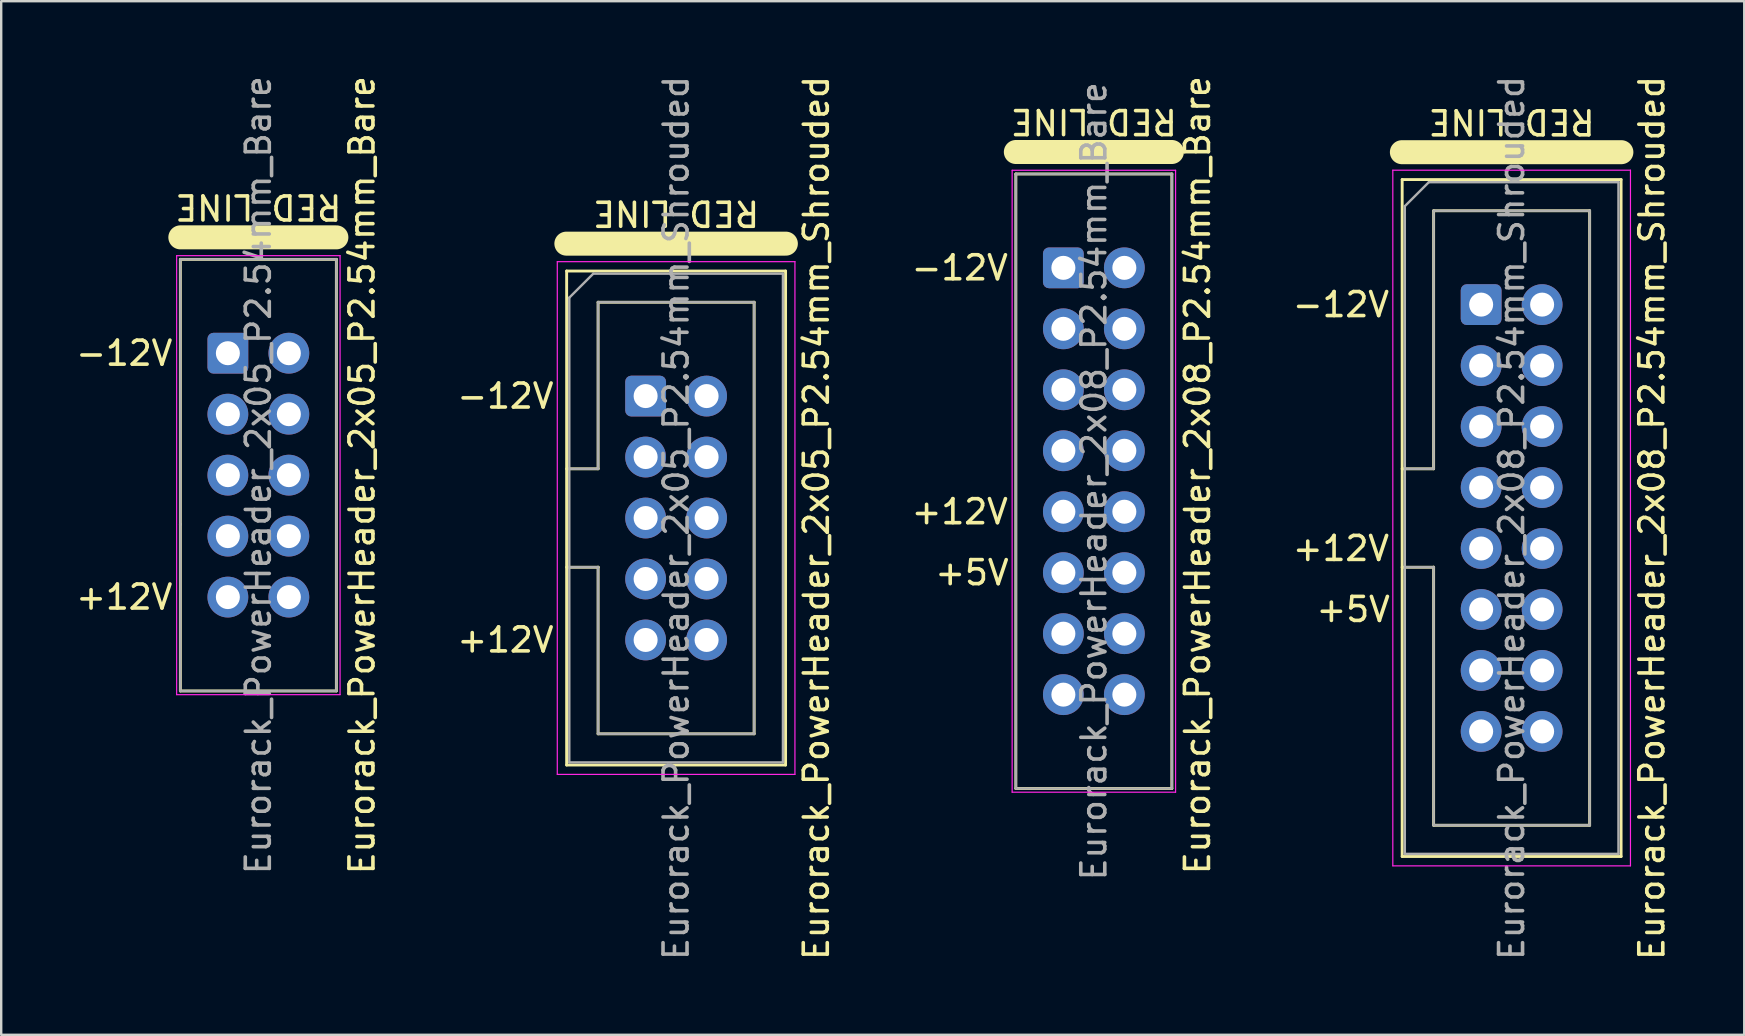
<source format=kicad_pcb>
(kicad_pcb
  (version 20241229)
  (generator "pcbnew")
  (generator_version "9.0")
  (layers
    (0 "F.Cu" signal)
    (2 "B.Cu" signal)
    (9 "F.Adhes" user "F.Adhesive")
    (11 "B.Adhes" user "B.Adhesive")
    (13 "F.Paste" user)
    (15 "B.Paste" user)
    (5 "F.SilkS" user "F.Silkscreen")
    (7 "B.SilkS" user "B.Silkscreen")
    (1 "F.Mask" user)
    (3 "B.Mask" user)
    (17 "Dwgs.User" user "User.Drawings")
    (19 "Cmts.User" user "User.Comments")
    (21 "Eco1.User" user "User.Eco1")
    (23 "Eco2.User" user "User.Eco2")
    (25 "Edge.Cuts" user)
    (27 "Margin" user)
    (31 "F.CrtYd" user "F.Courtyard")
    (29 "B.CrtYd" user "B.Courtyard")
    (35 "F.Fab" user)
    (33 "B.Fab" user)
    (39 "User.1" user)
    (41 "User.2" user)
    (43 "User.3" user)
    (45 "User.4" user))
  (footprint "Eurorack_PowerHeader_2x05_P2.54mm_Bare"
    (layer "F.Cu")
    (at 6.443 11.664)
    (property "Reference" "Eurorack_PowerHeader_2x05_P2.54mm_Bare" (at 5.588 5.08 270) (layer "F.SilkS") (effects (font (size 1 1) (thickness 0.15))))
    (attr through_hole)
    (fp_line (start -1.98 -4.826) (end 4.52 -4.826) (stroke (width 1) (type solid)) (layer "F.SilkS"))
    (fp_line (start -1.98 -3.91) (end 4.52 -3.91) (stroke (width 0.12) (type solid)) (layer "F.SilkS"))
    (fp_line (start -1.98 7.13) (end -1.98 7.13) (stroke (width 0.12) (type solid)) (layer "F.SilkS"))
    (fp_line (start -1.98 14.07) (end -1.98 -3.91) (stroke (width 0.12) (type solid)) (layer "F.SilkS"))
    (fp_line (start 4.52 -3.91) (end 4.52 14.07) (stroke (width 0.12) (type solid)) (layer "F.SilkS"))
    (fp_line (start 4.52 14.07) (end -1.98 14.07) (stroke (width 0.12) (type solid)) (layer "F.SilkS"))
    (fp_line (start -2.134 -4.064) (end -2.134 14.224) (stroke (width 0.05) (type solid)) (layer "F.CrtYd"))
    (fp_line (start -2.134 14.224) (end 4.674 14.224) (stroke (width 0.05) (type solid)) (layer "F.CrtYd"))
    (fp_line (start 4.674 -4.064) (end -2.134 -4.064) (stroke (width 0.05) (type solid)) (layer "F.CrtYd"))
    (fp_line (start 4.674 14.224) (end 4.674 -4.064) (stroke (width 0.05) (type solid)) (layer "F.CrtYd"))
    (fp_line (start -1.98 -3.91) (end 4.52 -3.91) (stroke (width 0.1) (type solid)) (layer "F.Fab"))
    (fp_line (start -1.98 7.13) (end -1.98 7.13) (stroke (width 0.1) (type solid)) (layer "F.Fab"))
    (fp_line (start -1.98 14.07) (end -1.98 -3.91) (stroke (width 0.1) (type solid)) (layer "F.Fab"))
    (fp_line (start 4.52 -3.91) (end 4.52 14.07) (stroke (width 0.1) (type solid)) (layer "F.Fab"))
    (fp_line (start 4.52 14.07) (end -1.98 14.07) (stroke (width 0.1) (type solid)) (layer "F.Fab"))
    (fp_text user "RED LINE" (at 1.27 -6.096 180) (unlocked yes) (layer "F.SilkS") (effects (font (size 1 1) (thickness 0.15))))
    (fp_text user "+12V" (at -4.318 10.16 0) (unlocked yes) (layer "F.SilkS") (effects (font (size 1 1) (thickness 0.15))))
    (fp_text user "-12V" (at -4.318 0 0) (unlocked yes) (layer "F.SilkS") (effects (font (size 1 1) (thickness 0.15))))
    (fp_text user "${REFERENCE}" (at 1.27 5.08 90) (layer "F.Fab") (effects (font (size 1 1) (thickness 0.15))))
    (pad "1" thru_hole roundrect (at 0 0) (size 1.7 1.7) (drill 1) (layers "*.Cu" "*.Mask") (roundrect_rratio 0.147))
    (pad "2" thru_hole circle (at 2.54 0) (size 1.7 1.7) (drill 1) (layers "*.Cu" "*.Mask"))
    (pad "3" thru_hole circle (at 0 2.54) (size 1.7 1.7) (drill 1) (layers "*.Cu" "*.Mask"))
    (pad "4" thru_hole circle (at 2.54 2.54) (size 1.7 1.7) (drill 1) (layers "*.Cu" "*.Mask"))
    (pad "5" thru_hole circle (at 0 5.08) (size 1.7 1.7) (drill 1) (layers "*.Cu" "*.Mask"))
    (pad "6" thru_hole circle (at 2.54 5.08) (size 1.7 1.7) (drill 1) (layers "*.Cu" "*.Mask"))
    (pad "7" thru_hole circle (at 0 7.62) (size 1.7 1.7) (drill 1) (layers "*.Cu" "*.Mask"))
    (pad "8" thru_hole circle (at 2.54 7.62) (size 1.7 1.7) (drill 1) (layers "*.Cu" "*.Mask"))
    (pad "9" thru_hole circle (at 0 10.16) (size 1.7 1.7) (drill 1) (layers "*.Cu" "*.Mask"))
    (pad "10" thru_hole circle (at 2.54 10.16) (size 1.7 1.7) (drill 1) (layers "*.Cu" "*.Mask")))
  (footprint "Eurorack_PowerHeader_2x05_P2.54mm_Shrouded"
    (layer "F.Cu")
    (at 23.846 13.45)
    (property "Reference" "Eurorack_PowerHeader_2x05_P2.54mm_Shrouded" (at 7.112 5.08 270) (layer "F.SilkS") (effects (font (size 1 1) (thickness 0.15))))
    (attr through_hole)
    (fp_line (start -3.302 -6.35) (end 5.842 -6.35) (stroke (width 1) (type solid)) (layer "F.SilkS"))
    (fp_line (start -3.29 -5.21) (end 5.83 -5.21) (stroke (width 0.12) (type solid)) (layer "F.SilkS"))
    (fp_line (start -3.29 3.03) (end -1.98 3.03) (stroke (width 0.12) (type solid)) (layer "F.SilkS"))
    (fp_line (start -3.29 15.37) (end -3.29 -5.21) (stroke (width 0.12) (type solid)) (layer "F.SilkS"))
    (fp_line (start -1.98 -3.91) (end 4.52 -3.91) (stroke (width 0.12) (type solid)) (layer "F.SilkS"))
    (fp_line (start -1.98 3.03) (end -1.98 -3.91) (stroke (width 0.12) (type solid)) (layer "F.SilkS"))
    (fp_line (start -1.98 7.13) (end -3.29 7.13) (stroke (width 0.12) (type solid)) (layer "F.SilkS"))
    (fp_line (start -1.98 7.13) (end -1.98 7.13) (stroke (width 0.12) (type solid)) (layer "F.SilkS"))
    (fp_line (start -1.98 14.07) (end -1.98 7.13) (stroke (width 0.12) (type solid)) (layer "F.SilkS"))
    (fp_line (start 4.52 -3.91) (end 4.52 14.07) (stroke (width 0.12) (type solid)) (layer "F.SilkS"))
    (fp_line (start 4.52 14.07) (end -1.98 14.07) (stroke (width 0.12) (type solid)) (layer "F.SilkS"))
    (fp_line (start 5.83 -5.21) (end 5.83 15.37) (stroke (width 0.12) (type solid)) (layer "F.SilkS"))
    (fp_line (start 5.83 15.37) (end -3.29 15.37) (stroke (width 0.12) (type solid)) (layer "F.SilkS"))
    (fp_line (start -3.68 -5.6) (end -3.68 15.76) (stroke (width 0.05) (type solid)) (layer "F.CrtYd"))
    (fp_line (start -3.68 15.76) (end 6.22 15.76) (stroke (width 0.05) (type solid)) (layer "F.CrtYd"))
    (fp_line (start 6.22 -5.6) (end -3.68 -5.6) (stroke (width 0.05) (type solid)) (layer "F.CrtYd"))
    (fp_line (start 6.22 15.76) (end 6.22 -5.6) (stroke (width 0.05) (type solid)) (layer "F.CrtYd"))
    (fp_line (start -3.18 -4.1) (end -2.18 -5.1) (stroke (width 0.1) (type solid)) (layer "F.Fab"))
    (fp_line (start -3.18 3.03) (end -1.98 3.03) (stroke (width 0.1) (type solid)) (layer "F.Fab"))
    (fp_line (start -3.18 15.26) (end -3.18 -4.1) (stroke (width 0.1) (type solid)) (layer "F.Fab"))
    (fp_line (start -2.18 -5.1) (end 5.72 -5.1) (stroke (width 0.1) (type solid)) (layer "F.Fab"))
    (fp_line (start -1.98 -3.91) (end 4.52 -3.91) (stroke (width 0.1) (type solid)) (layer "F.Fab"))
    (fp_line (start -1.98 3.03) (end -1.98 -3.91) (stroke (width 0.1) (type solid)) (layer "F.Fab"))
    (fp_line (start -1.98 7.13) (end -3.18 7.13) (stroke (width 0.1) (type solid)) (layer "F.Fab"))
    (fp_line (start -1.98 7.13) (end -1.98 7.13) (stroke (width 0.1) (type solid)) (layer "F.Fab"))
    (fp_line (start -1.98 14.07) (end -1.98 7.13) (stroke (width 0.1) (type solid)) (layer "F.Fab"))
    (fp_line (start 4.52 -3.91) (end 4.52 14.07) (stroke (width 0.1) (type solid)) (layer "F.Fab"))
    (fp_line (start 4.52 14.07) (end -1.98 14.07) (stroke (width 0.1) (type solid)) (layer "F.Fab"))
    (fp_line (start 5.72 -5.1) (end 5.72 15.26) (stroke (width 0.1) (type solid)) (layer "F.Fab"))
    (fp_line (start 5.72 15.26) (end -3.18 15.26) (stroke (width 0.1) (type solid)) (layer "F.Fab"))
    (fp_text user "+12V" (at -5.842 10.16 0) (unlocked yes) (layer "F.SilkS") (effects (font (size 1 1) (thickness 0.15))))
    (fp_text user "RED LINE" (at 1.27 -7.62 180) (unlocked yes) (layer "F.SilkS") (effects (font (size 1 1) (thickness 0.15))))
    (fp_text user "-12V" (at -5.842 0 0) (unlocked yes) (layer "F.SilkS") (effects (font (size 1 1) (thickness 0.15))))
    (fp_text user "${REFERENCE}" (at 1.27 5.08 90) (layer "F.Fab") (effects (font (size 1 1) (thickness 0.15))))
    (pad "1" thru_hole roundrect (at 0 0) (size 1.7 1.7) (drill 1) (layers "*.Cu" "*.Mask") (roundrect_rratio 0.147))
    (pad "2" thru_hole circle (at 2.54 0) (size 1.7 1.7) (drill 1) (layers "*.Cu" "*.Mask"))
    (pad "3" thru_hole circle (at 0 2.54) (size 1.7 1.7) (drill 1) (layers "*.Cu" "*.Mask"))
    (pad "4" thru_hole circle (at 2.54 2.54) (size 1.7 1.7) (drill 1) (layers "*.Cu" "*.Mask"))
    (pad "5" thru_hole circle (at 0 5.08) (size 1.7 1.7) (drill 1) (layers "*.Cu" "*.Mask"))
    (pad "6" thru_hole circle (at 2.54 5.08) (size 1.7 1.7) (drill 1) (layers "*.Cu" "*.Mask"))
    (pad "7" thru_hole circle (at 0 7.62) (size 1.7 1.7) (drill 1) (layers "*.Cu" "*.Mask"))
    (pad "8" thru_hole circle (at 2.54 7.62) (size 1.7 1.7) (drill 1) (layers "*.Cu" "*.Mask"))
    (pad "9" thru_hole circle (at 0 10.16) (size 1.7 1.7) (drill 1) (layers "*.Cu" "*.Mask"))
    (pad "10" thru_hole circle (at 2.54 10.16) (size 1.7 1.7) (drill 1) (layers "*.Cu" "*.Mask")))
  (footprint "Eurorack_PowerHeader_2x08_P2.54mm_Bare"
    (layer "F.Cu")
    (at 41.249 8.108)
    (property "Reference" "Eurorack_PowerHeader_2x08_P2.54mm_Bare" (at 5.588 8.636 90) (layer "F.SilkS") (effects (font (size 1 1) (thickness 0.15))))
    (attr through_hole)
    (fp_line (start -1.98 -4.826) (end 4.52 -4.826) (stroke (width 1) (type solid)) (layer "F.SilkS"))
    (fp_line (start -1.98 -3.91) (end 4.52 -3.91) (stroke (width 0.12) (type solid)) (layer "F.SilkS"))
    (fp_line (start -1.98 21.69) (end -1.98 -3.91) (stroke (width 0.12) (type solid)) (layer "F.SilkS"))
    (fp_line (start 4.52 -3.91) (end 4.52 21.69) (stroke (width 0.12) (type solid)) (layer "F.SilkS"))
    (fp_line (start 4.52 21.69) (end -1.98 21.69) (stroke (width 0.12) (type solid)) (layer "F.SilkS"))
    (fp_line (start -2.134 -4.064) (end -2.134 21.844) (stroke (width 0.05) (type solid)) (layer "F.CrtYd"))
    (fp_line (start -2.134 21.844) (end 4.674 21.844) (stroke (width 0.05) (type solid)) (layer "F.CrtYd"))
    (fp_line (start 4.674 -4.064) (end -2.134 -4.064) (stroke (width 0.05) (type solid)) (layer "F.CrtYd"))
    (fp_line (start 4.674 21.844) (end 4.674 -4.064) (stroke (width 0.05) (type solid)) (layer "F.CrtYd"))
    (fp_line (start -1.98 -3.91) (end 4.52 -3.91) (stroke (width 0.1) (type solid)) (layer "F.Fab"))
    (fp_line (start -1.98 21.69) (end -1.98 -3.91) (stroke (width 0.1) (type solid)) (layer "F.Fab"))
    (fp_line (start 4.52 -3.91) (end 4.52 21.69) (stroke (width 0.1) (type solid)) (layer "F.Fab"))
    (fp_line (start 4.52 21.69) (end -1.98 21.69) (stroke (width 0.1) (type solid)) (layer "F.Fab"))
    (fp_text user "+12V" (at -4.318 10.16 0) (unlocked yes) (layer "F.SilkS") (effects (font (size 1 1) (thickness 0.15))))
    (fp_text user "RED LINE" (at 1.27 -6.096 180) (unlocked yes) (layer "F.SilkS") (effects (font (size 1 1) (thickness 0.15))))
    (fp_text user "+5V" (at -3.81 12.7 0) (unlocked yes) (layer "F.SilkS") (effects (font (size 1 1) (thickness 0.15))))
    (fp_text user "-12V" (at -4.318 0 0) (unlocked yes) (layer "F.SilkS") (effects (font (size 1 1) (thickness 0.15))))
    (fp_text user "${REFERENCE}" (at 1.27 8.89 90) (layer "F.Fab") (effects (font (size 1 1) (thickness 0.15))))
    (pad "1" thru_hole roundrect (at 0 0) (size 1.7 1.7) (drill 1) (layers "*.Cu" "*.Mask") (roundrect_rratio 0.147))
    (pad "2" thru_hole circle (at 2.54 0) (size 1.7 1.7) (drill 1) (layers "*.Cu" "*.Mask"))
    (pad "3" thru_hole circle (at 0 2.54) (size 1.7 1.7) (drill 1) (layers "*.Cu" "*.Mask"))
    (pad "4" thru_hole circle (at 2.54 2.54) (size 1.7 1.7) (drill 1) (layers "*.Cu" "*.Mask"))
    (pad "5" thru_hole circle (at 0 5.08) (size 1.7 1.7) (drill 1) (layers "*.Cu" "*.Mask"))
    (pad "6" thru_hole circle (at 2.54 5.08) (size 1.7 1.7) (drill 1) (layers "*.Cu" "*.Mask"))
    (pad "7" thru_hole circle (at 0 7.62) (size 1.7 1.7) (drill 1) (layers "*.Cu" "*.Mask"))
    (pad "8" thru_hole circle (at 2.54 7.62) (size 1.7 1.7) (drill 1) (layers "*.Cu" "*.Mask"))
    (pad "9" thru_hole circle (at 0 10.16) (size 1.7 1.7) (drill 1) (layers "*.Cu" "*.Mask"))
    (pad "10" thru_hole circle (at 2.54 10.16) (size 1.7 1.7) (drill 1) (layers "*.Cu" "*.Mask"))
    (pad "11" thru_hole circle (at 0 12.7) (size 1.7 1.7) (drill 1) (layers "*.Cu" "*.Mask"))
    (pad "12" thru_hole circle (at 2.54 12.7) (size 1.7 1.7) (drill 1) (layers "*.Cu" "*.Mask"))
    (pad "13" thru_hole circle (at 0 15.24) (size 1.7 1.7) (drill 1) (layers "*.Cu" "*.Mask"))
    (pad "14" thru_hole circle (at 2.54 15.24) (size 1.7 1.7) (drill 1) (layers "*.Cu" "*.Mask"))
    (pad "15" thru_hole circle (at 0 17.78) (size 1.7 1.7) (drill 1) (layers "*.Cu" "*.Mask"))
    (pad "16" thru_hole circle (at 2.54 17.78) (size 1.7 1.7) (drill 1) (layers "*.Cu" "*.Mask")))
  (footprint "Eurorack_PowerHeader_2x08_P2.54mm_Shrouded"
    (layer "F.Cu")
    (at 58.653 9.64)
    (property "Reference" "Eurorack_PowerHeader_2x08_P2.54mm_Shrouded" (at 7.112 8.89 90) (layer "F.SilkS") (effects (font (size 1 1) (thickness 0.15))))
    (attr through_hole)
    (fp_line (start -3.302 -6.35) (end 5.842 -6.35) (stroke (width 1) (type solid)) (layer "F.SilkS"))
    (fp_line (start -3.29 -5.21) (end 5.83 -5.21) (stroke (width 0.12) (type solid)) (layer "F.SilkS"))
    (fp_line (start -3.29 6.84) (end -1.98 6.84) (stroke (width 0.12) (type solid)) (layer "F.SilkS"))
    (fp_line (start -3.29 22.99) (end -3.29 -5.21) (stroke (width 0.12) (type solid)) (layer "F.SilkS"))
    (fp_line (start -1.98 -3.91) (end 4.52 -3.91) (stroke (width 0.12) (type solid)) (layer "F.SilkS"))
    (fp_line (start -1.98 6.84) (end -1.98 -3.91) (stroke (width 0.12) (type solid)) (layer "F.SilkS"))
    (fp_line (start -1.98 10.94) (end -3.29 10.94) (stroke (width 0.12) (type solid)) (layer "F.SilkS"))
    (fp_line (start -1.98 10.94) (end -1.98 10.94) (stroke (width 0.12) (type solid)) (layer "F.SilkS"))
    (fp_line (start -1.98 21.69) (end -1.98 10.94) (stroke (width 0.12) (type solid)) (layer "F.SilkS"))
    (fp_line (start 4.52 -3.91) (end 4.52 21.69) (stroke (width 0.12) (type solid)) (layer "F.SilkS"))
    (fp_line (start 4.52 21.69) (end -1.98 21.69) (stroke (width 0.12) (type solid)) (layer "F.SilkS"))
    (fp_line (start 5.83 -5.21) (end 5.83 22.99) (stroke (width 0.12) (type solid)) (layer "F.SilkS"))
    (fp_line (start 5.83 22.99) (end -3.29 22.99) (stroke (width 0.12) (type solid)) (layer "F.SilkS"))
    (fp_line (start -3.68 -5.6) (end -3.68 23.38) (stroke (width 0.05) (type solid)) (layer "F.CrtYd"))
    (fp_line (start -3.68 23.38) (end 6.22 23.38) (stroke (width 0.05) (type solid)) (layer "F.CrtYd"))
    (fp_line (start 6.22 -5.6) (end -3.68 -5.6) (stroke (width 0.05) (type solid)) (layer "F.CrtYd"))
    (fp_line (start 6.22 23.38) (end 6.22 -5.6) (stroke (width 0.05) (type solid)) (layer "F.CrtYd"))
    (fp_line (start -3.18 -4.1) (end -2.18 -5.1) (stroke (width 0.1) (type solid)) (layer "F.Fab"))
    (fp_line (start -3.18 6.84) (end -1.98 6.84) (stroke (width 0.1) (type solid)) (layer "F.Fab"))
    (fp_line (start -3.18 22.88) (end -3.18 -4.1) (stroke (width 0.1) (type solid)) (layer "F.Fab"))
    (fp_line (start -2.18 -5.1) (end 5.72 -5.1) (stroke (width 0.1) (type solid)) (layer "F.Fab"))
    (fp_line (start -1.98 -3.91) (end 4.52 -3.91) (stroke (width 0.1) (type solid)) (layer "F.Fab"))
    (fp_line (start -1.98 6.84) (end -1.98 -3.91) (stroke (width 0.1) (type solid)) (layer "F.Fab"))
    (fp_line (start -1.98 10.94) (end -3.18 10.94) (stroke (width 0.1) (type solid)) (layer "F.Fab"))
    (fp_line (start -1.98 10.94) (end -1.98 10.94) (stroke (width 0.1) (type solid)) (layer "F.Fab"))
    (fp_line (start -1.98 21.69) (end -1.98 10.94) (stroke (width 0.1) (type solid)) (layer "F.Fab"))
    (fp_line (start 4.52 -3.91) (end 4.52 21.69) (stroke (width 0.1) (type solid)) (layer "F.Fab"))
    (fp_line (start 4.52 21.69) (end -1.98 21.69) (stroke (width 0.1) (type solid)) (layer "F.Fab"))
    (fp_line (start 5.72 -5.1) (end 5.72 22.88) (stroke (width 0.1) (type solid)) (layer "F.Fab"))
    (fp_line (start 5.72 22.88) (end -3.18 22.88) (stroke (width 0.1) (type solid)) (layer "F.Fab"))
    (fp_text user "+5V" (at -5.334 12.7 0) (unlocked yes) (layer "F.SilkS") (effects (font (size 1 1) (thickness 0.15))))
    (fp_text user "-12V" (at -5.842 0 0) (unlocked yes) (layer "F.SilkS") (effects (font (size 1 1) (thickness 0.15))))
    (fp_text user "+12V" (at -5.842 10.16 0) (unlocked yes) (layer "F.SilkS") (effects (font (size 1 1) (thickness 0.15))))
    (fp_text user "RED LINE" (at 1.27 -7.62 180) (unlocked yes) (layer "F.SilkS") (effects (font (size 1 1) (thickness 0.15))))
    (fp_text user "${REFERENCE}" (at 1.27 8.89 90) (layer "F.Fab") (effects (font (size 1 1) (thickness 0.15))))
    (pad "1" thru_hole roundrect (at 0 0) (size 1.7 1.7) (drill 1) (layers "*.Cu" "*.Mask") (roundrect_rratio 0.147))
    (pad "2" thru_hole circle (at 2.54 0) (size 1.7 1.7) (drill 1) (layers "*.Cu" "*.Mask"))
    (pad "3" thru_hole circle (at 0 2.54) (size 1.7 1.7) (drill 1) (layers "*.Cu" "*.Mask"))
    (pad "4" thru_hole circle (at 2.54 2.54) (size 1.7 1.7) (drill 1) (layers "*.Cu" "*.Mask"))
    (pad "5" thru_hole circle (at 0 5.08) (size 1.7 1.7) (drill 1) (layers "*.Cu" "*.Mask"))
    (pad "6" thru_hole circle (at 2.54 5.08) (size 1.7 1.7) (drill 1) (layers "*.Cu" "*.Mask"))
    (pad "7" thru_hole circle (at 0 7.62) (size 1.7 1.7) (drill 1) (layers "*.Cu" "*.Mask"))
    (pad "8" thru_hole circle (at 2.54 7.62) (size 1.7 1.7) (drill 1) (layers "*.Cu" "*.Mask"))
    (pad "9" thru_hole circle (at 0 10.16) (size 1.7 1.7) (drill 1) (layers "*.Cu" "*.Mask"))
    (pad "10" thru_hole circle (at 2.54 10.16) (size 1.7 1.7) (drill 1) (layers "*.Cu" "*.Mask"))
    (pad "11" thru_hole circle (at 0 12.7) (size 1.7 1.7) (drill 1) (layers "*.Cu" "*.Mask"))
    (pad "12" thru_hole circle (at 2.54 12.7) (size 1.7 1.7) (drill 1) (layers "*.Cu" "*.Mask"))
    (pad "13" thru_hole circle (at 0 15.24) (size 1.7 1.7) (drill 1) (layers "*.Cu" "*.Mask"))
    (pad "14" thru_hole circle (at 2.54 15.24) (size 1.7 1.7) (drill 1) (layers "*.Cu" "*.Mask"))
    (pad "15" thru_hole circle (at 0 17.78) (size 1.7 1.7) (drill 1) (layers "*.Cu" "*.Mask"))
    (pad "16" thru_hole circle (at 2.54 17.78) (size 1.7 1.7) (drill 1) (layers "*.Cu" "*.Mask")))
  (gr_rect
    (start -3 -3)
    (end 69.613 40.06)
    (stroke (width 0.1) (type default))
    (fill no)
    (layer "Edge.Cuts")))
</source>
